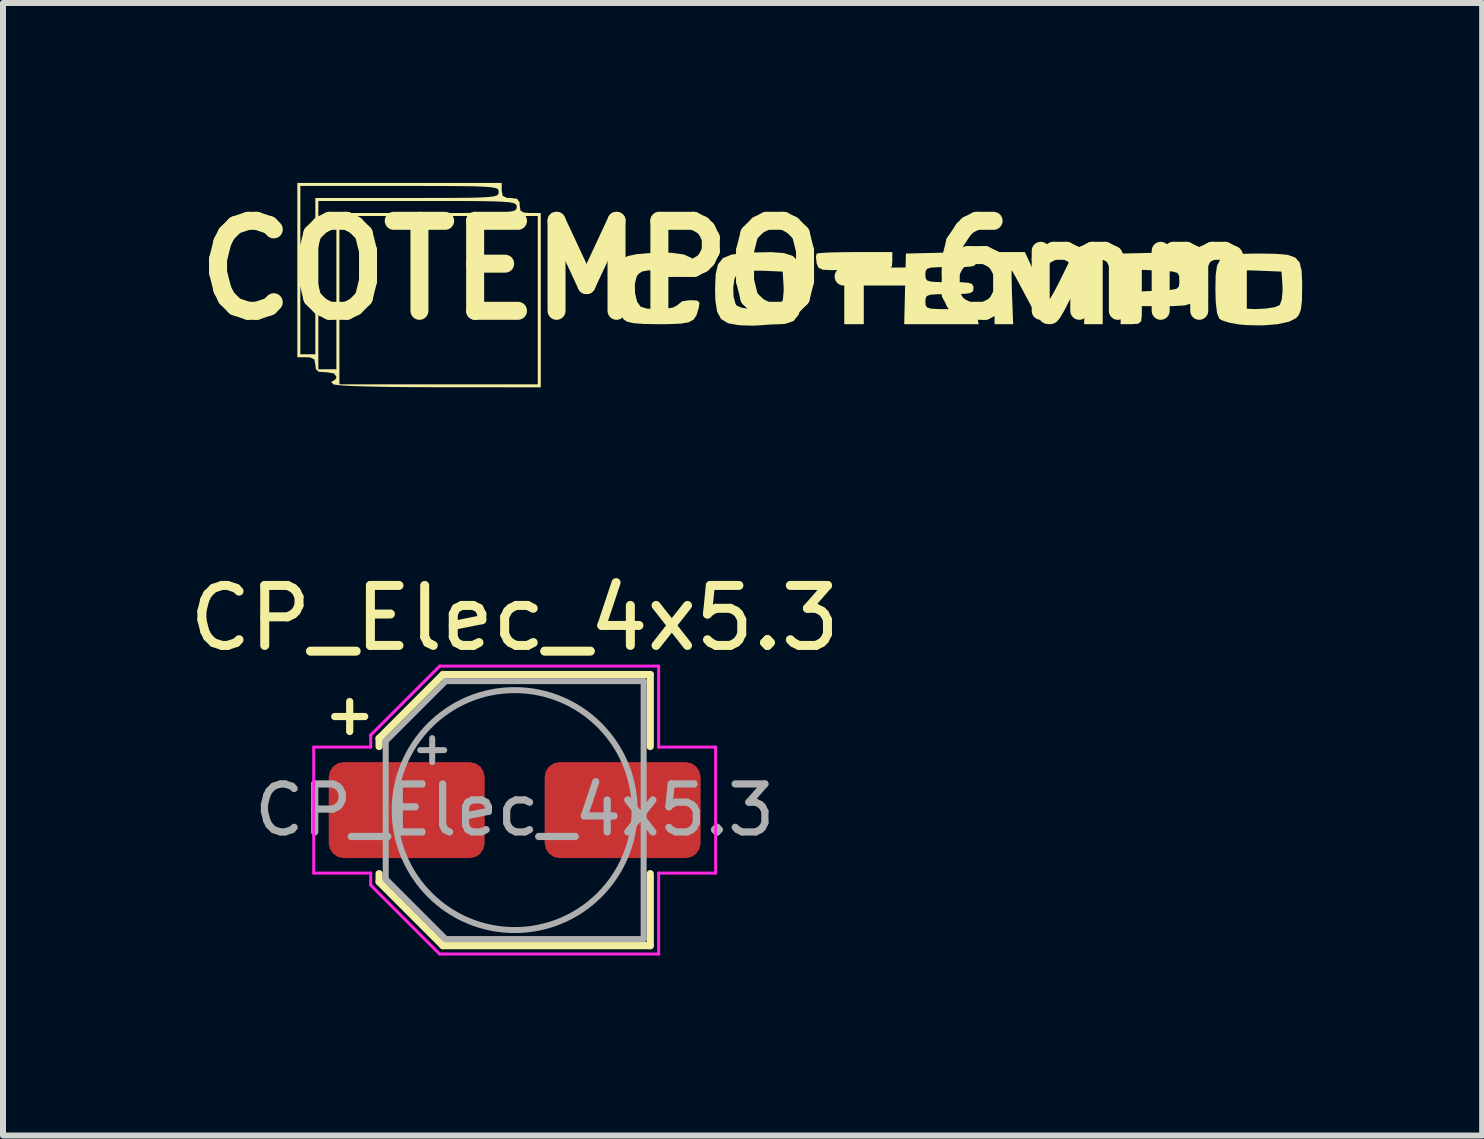
<source format=kicad_pcb>
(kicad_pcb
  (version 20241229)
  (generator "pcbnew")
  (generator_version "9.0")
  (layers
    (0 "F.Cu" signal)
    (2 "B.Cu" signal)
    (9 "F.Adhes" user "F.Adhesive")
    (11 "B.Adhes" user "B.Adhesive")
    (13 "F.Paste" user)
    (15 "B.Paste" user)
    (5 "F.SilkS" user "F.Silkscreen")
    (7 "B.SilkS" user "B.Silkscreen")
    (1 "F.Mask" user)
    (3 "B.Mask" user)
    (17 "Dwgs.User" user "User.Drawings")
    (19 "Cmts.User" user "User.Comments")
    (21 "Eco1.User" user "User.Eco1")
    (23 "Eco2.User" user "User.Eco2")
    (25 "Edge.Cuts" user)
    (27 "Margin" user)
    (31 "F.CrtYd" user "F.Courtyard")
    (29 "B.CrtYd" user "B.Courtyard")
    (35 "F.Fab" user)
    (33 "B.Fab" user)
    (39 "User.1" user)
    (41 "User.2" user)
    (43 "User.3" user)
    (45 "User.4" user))
  (footprint "COTEMPO-6mm"
    (layer "F.Cu")
    (at 9.121 1.453)
    (property "Reference" "COTEMPO-6mm" (at 0 0 0) (layer "F.SilkS") (effects (font (size 1.5 1.5) (thickness 0.3))))
    (attr board_only exclude_from_pos_files exclude_from_bom)
    (fp_poly (pts (xy 2.705 -0.153) (xy 2.698 -0.064) (xy 2.659 -0.018) (xy 2.563 0.003) (xy 2.467 0.01) (xy 2.229 0.025) (xy 2.229 0.463) (xy 2.229 0.902) (xy 2.067 0.902) (xy 1.904 0.902) (xy 1.904 0.451) (xy 1.904 0) (xy 1.684 0) (xy 1.545 -0.007) (xy 1.475 -0.038) (xy 1.444 -0.109) (xy 1.441 -0.124) (xy 1.432 -0.228) (xy 1.443 -0.274) (xy 1.501 -0.284) (xy 1.638 -0.293) (xy 1.835 -0.298) (xy 2.072 -0.301) (xy 2.087 -0.301) (xy 2.705 -0.301)) (stroke (width 0) (type solid)) (fill yes) (layer "F.SilkS"))
    (fp_poly (pts (xy 7.532 -0.276) (xy 7.667 -0.236) (xy 7.747 -0.163) (xy 7.789 -0.048) (xy 7.805 0.113) (xy 7.809 0.327) (xy 7.783 0.468) (xy 7.711 0.55) (xy 7.576 0.589) (xy 7.362 0.601) (xy 7.288 0.601) (xy 6.864 0.601) (xy 6.864 0.751) (xy 6.854 0.852) (xy 6.805 0.894) (xy 6.687 0.902) (xy 6.51 0.902) (xy 6.524 0.313) (xy 6.531 -0.005) (xy 6.864 -0.005) (xy 6.864 0.175) (xy 6.864 0.355) (xy 7.177 0.341) (xy 7.347 0.33) (xy 7.441 0.313) (xy 7.481 0.275) (xy 7.49 0.205) (xy 7.49 0.175) (xy 7.486 0.093) (xy 7.458 0.047) (xy 7.383 0.024) (xy 7.238 0.013) (xy 7.177 0.01) (xy 6.864 -0.005) (xy 6.531 -0.005) (xy 6.538 -0.276) (xy 7.039 -0.288) (xy 7.328 -0.291)) (stroke (width 0) (type solid)) (fill yes) (layer "F.SilkS"))
    (fp_poly (pts (xy 4.108 -0.177) (xy 4.104 -0.116) (xy 4.08 -0.078) (xy 4.015 -0.059) (xy 3.89 -0.051) (xy 3.684 -0.05) (xy 3.682 -0.05) (xy 3.476 -0.049) (xy 3.35 -0.042) (xy 3.285 -0.022) (xy 3.26 0.015) (xy 3.256 0.075) (xy 3.261 0.137) (xy 3.287 0.174) (xy 3.356 0.193) (xy 3.488 0.2) (xy 3.657 0.2) (xy 3.857 0.202) (xy 3.977 0.212) (xy 4.036 0.234) (xy 4.057 0.274) (xy 4.058 0.301) (xy 4.05 0.351) (xy 4.011 0.38) (xy 3.922 0.395) (xy 3.763 0.4) (xy 3.657 0.401) (xy 3.458 0.402) (xy 3.339 0.41) (xy 3.28 0.432) (xy 3.259 0.473) (xy 3.256 0.526) (xy 3.26 0.587) (xy 3.286 0.624) (xy 3.352 0.643) (xy 3.48 0.65) (xy 3.676 0.651) (xy 3.881 0.653) (xy 4.007 0.661) (xy 4.075 0.682) (xy 4.107 0.722) (xy 4.12 0.777) (xy 4.144 0.902) (xy 3.523 0.902) (xy 2.903 0.902) (xy 2.917 0.313) (xy 2.931 -0.276) (xy 3.519 -0.29) (xy 4.108 -0.304)) (stroke (width 0) (type solid)) (fill yes) (layer "F.SilkS"))
    (fp_poly (pts (xy 0.899 -0.284) (xy 1.048 -0.235) (xy 1.139 -0.143) (xy 1.185 0.001) (xy 1.201 0.207) (xy 1.202 0.304) (xy 1.189 0.566) (xy 1.143 0.743) (xy 1.057 0.849) (xy 0.923 0.896) (xy 0.833 0.902) (xy 0.664 0.907) (xy 0.52 0.919) (xy 0.379 0.926) (xy 0.201 0.921) (xy 0.139 0.917) (xy -0.034 0.886) (xy -0.149 0.817) (xy -0.216 0.694) (xy -0.246 0.5) (xy -0.25 0.32) (xy -0.249 0.288) (xy 0.053 0.288) (xy 0.058 0.443) (xy 0.091 0.563) (xy 0.11 0.591) (xy 0.2 0.629) (xy 0.35 0.649) (xy 0.527 0.651) (xy 0.693 0.635) (xy 0.815 0.603) (xy 0.848 0.58) (xy 0.881 0.488) (xy 0.894 0.339) (xy 0.892 0.267) (xy 0.877 0.025) (xy 0.534 0.01) (xy 0.323 0.01) (xy 0.174 0.031) (xy 0.121 0.054) (xy 0.074 0.144) (xy 0.053 0.288) (xy -0.249 0.288) (xy -0.241 0.074) (xy -0.203 -0.094) (xy -0.119 -0.2) (xy 0.026 -0.259) (xy 0.247 -0.287) (xy 0.372 -0.293) (xy 0.679 -0.3)) (stroke (width 0) (type solid)) (fill yes) (layer "F.SilkS"))
    (fp_poly (pts (xy 5.1 0.098) (xy 5.186 0.276) (xy 5.257 0.414) (xy 5.304 0.49) (xy 5.313 0.499) (xy 5.346 0.458) (xy 5.41 0.347) (xy 5.494 0.185) (xy 5.536 0.1) (xy 5.731 -0.301) (xy 5.972 -0.301) (xy 6.212 -0.301) (xy 6.212 0.301) (xy 6.212 0.902) (xy 6.057 0.902) (xy 5.901 0.902) (xy 5.919 0.476) (xy 5.924 0.284) (xy 5.923 0.136) (xy 5.915 0.057) (xy 5.91 0.05) (xy 5.878 0.092) (xy 5.813 0.204) (xy 5.727 0.368) (xy 5.673 0.476) (xy 5.571 0.676) (xy 5.496 0.802) (xy 5.436 0.87) (xy 5.374 0.897) (xy 5.32 0.902) (xy 5.251 0.893) (xy 5.19 0.858) (xy 5.125 0.778) (xy 5.042 0.64) (xy 4.94 0.451) (xy 4.84 0.263) (xy 4.759 0.113) (xy 4.707 0.021) (xy 4.693 -0.000026) (xy 4.691 0.046) (xy 4.693 0.17) (xy 4.698 0.35) (xy 4.702 0.451) (xy 4.719 0.902) (xy 4.564 0.902) (xy 4.409 0.902) (xy 4.409 0.301) (xy 4.409 -0.301) (xy 4.661 -0.301) (xy 4.914 -0.301)) (stroke (width 0) (type solid)) (fill yes) (layer "F.SilkS"))
    (fp_poly (pts (xy 9.099 -0.272) (xy 9.295 -0.255) (xy 9.422 -0.21) (xy 9.495 -0.127) (xy 9.528 0.008) (xy 9.537 0.206) (xy 9.537 0.301) (xy 9.533 0.515) (xy 9.517 0.654) (xy 9.485 0.742) (xy 9.44 0.797) (xy 9.32 0.86) (xy 9.125 0.902) (xy 8.879 0.922) (xy 8.607 0.917) (xy 8.48 0.905) (xy 8.319 0.876) (xy 8.194 0.835) (xy 8.155 0.81) (xy 8.118 0.717) (xy 8.096 0.53) (xy 8.091 0.325) (xy 8.092 0.277) (xy 8.385 0.277) (xy 8.391 0.431) (xy 8.427 0.558) (xy 8.481 0.619) (xy 8.599 0.643) (xy 8.762 0.65) (xy 8.934 0.641) (xy 9.079 0.618) (xy 9.162 0.583) (xy 9.165 0.58) (xy 9.198 0.488) (xy 9.211 0.339) (xy 9.209 0.267) (xy 9.193 0.025) (xy 8.829 0.01) (xy 8.641 0.004) (xy 8.529 0.011) (xy 8.467 0.037) (xy 8.431 0.089) (xy 8.413 0.135) (xy 8.385 0.277) (xy 8.092 0.277) (xy 8.095 0.091) (xy 8.117 -0.073) (xy 8.172 -0.178) (xy 8.276 -0.239) (xy 8.443 -0.267) (xy 8.688 -0.275) (xy 8.817 -0.276)) (stroke (width 0) (type solid)) (fill yes) (layer "F.SilkS"))
    (fp_poly (pts (xy -0.775 -0.262) (xy -0.646 -0.204) (xy -0.577 -0.109) (xy -0.56 -0.036) (xy -0.561 0.059) (xy -0.612 0.095) (xy -0.698 0.1) (xy -0.805 0.086) (xy -0.852 0.052) (xy -0.852 0.05) (xy -0.898 0.024) (xy -1.019 0.006) (xy -1.176 0) (xy -1.357 0.004) (xy -1.465 0.023) (xy -1.527 0.063) (xy -1.557 0.107) (xy -1.588 0.232) (xy -1.584 0.386) (xy -1.55 0.526) (xy -1.492 0.609) (xy -1.39 0.641) (xy -1.242 0.653) (xy -1.083 0.647) (xy -0.949 0.623) (xy -0.874 0.584) (xy -0.87 0.576) (xy -0.797 0.519) (xy -0.666 0.501) (xy -0.55 0.507) (xy -0.51 0.542) (xy -0.522 0.628) (xy -0.525 0.638) (xy -0.559 0.751) (xy -0.609 0.826) (xy -0.693 0.871) (xy -0.829 0.893) (xy -1.037 0.901) (xy -1.18 0.902) (xy -1.434 0.898) (xy -1.607 0.885) (xy -1.714 0.861) (xy -1.773 0.825) (xy -1.843 0.699) (xy -1.886 0.511) (xy -1.9 0.293) (xy -1.886 0.08) (xy -1.842 -0.097) (xy -1.787 -0.189) (xy -1.707 -0.234) (xy -1.564 -0.265) (xy -1.342 -0.284) (xy -1.266 -0.287) (xy -0.978 -0.289)) (stroke (width 0) (type solid)) (fill yes) (layer "F.SilkS"))
    (fp_poly (pts (xy -3.807 -1.328) (xy -3.791 -1.238) (xy -3.723 -1.205) (xy -3.657 -1.202) (xy -3.55 -1.189) (xy -3.51 -1.132) (xy -3.507 -1.077) (xy -3.494 -0.992) (xy -3.435 -0.958) (xy -3.332 -0.952) (xy -3.156 -0.952) (xy -3.156 0.501) (xy -3.156 1.954) (xy -4.847 1.953) (xy -5.299 1.951) (xy -5.7 1.947) (xy -6.039 1.94) (xy -6.308 1.932) (xy -6.498 1.921) (xy -6.6 1.908) (xy -6.613 1.904) (xy -6.654 1.863) (xy -6.626 1.854) (xy -6.57 1.813) (xy -6.563 1.779) (xy -6.601 1.723) (xy -6.722 1.703) (xy -6.738 1.703) (xy -6.857 1.694) (xy -6.905 1.652) (xy -6.914 1.578) (xy -6.93 1.489) (xy -6.999 1.456) (xy -7.064 1.453) (xy -7.214 1.453) (xy -7.214 0) (xy -7.214 -1.403) (xy -7.164 -1.403) (xy -7.164 0) (xy -7.164 1.403) (xy -7.039 1.403) (xy -6.914 1.403) (xy -6.914 0.1) (xy -6.914 -1.152) (xy -6.864 -1.152) (xy -6.864 0.25) (xy -6.864 1.653) (xy -6.713 1.653) (xy -6.563 1.653) (xy -6.563 0.351) (xy -6.563 -0.902) (xy -6.513 -0.902) (xy -6.513 0.501) (xy -6.513 1.904) (xy -4.86 1.904) (xy -3.206 1.904) (xy -3.206 0.501) (xy -3.206 -0.902) (xy -4.86 -0.902) (xy -6.513 -0.902) (xy -6.563 -0.902) (xy -6.563 -0.952) (xy -5.06 -0.952) (xy -4.633 -0.952) (xy -4.295 -0.953) (xy -4.037 -0.956) (xy -3.847 -0.961) (xy -3.716 -0.968) (xy -3.631 -0.98) (xy -3.584 -0.996) (xy -3.563 -1.017) (xy -3.557 -1.044) (xy -3.557 -1.052) (xy -3.56 -1.079) (xy -3.575 -1.101) (xy -3.612 -1.118) (xy -3.681 -1.131) (xy -3.793 -1.14) (xy -3.957 -1.146) (xy -4.184 -1.15) (xy -4.483 -1.152) (xy -4.865 -1.152) (xy -5.21 -1.152) (xy -6.864 -1.152) (xy -6.914 -1.152) (xy -6.914 -1.202) (xy -5.386 -1.202) (xy -4.955 -1.203) (xy -4.613 -1.204) (xy -4.351 -1.206) (xy -4.158 -1.211) (xy -4.023 -1.219) (xy -3.936 -1.23) (xy -3.887 -1.245) (xy -3.864 -1.266) (xy -3.858 -1.292) (xy -3.858 -1.303) (xy -3.86 -1.33) (xy -3.875 -1.352) (xy -3.912 -1.369) (xy -3.982 -1.381) (xy -4.094 -1.39) (xy -4.258 -1.397) (xy -4.485 -1.4) (xy -4.784 -1.402) (xy -5.166 -1.403) (xy -5.511 -1.403) (xy -7.164 -1.403) (xy -7.214 -1.403) (xy -7.214 -1.453) (xy -5.511 -1.453) (xy -3.807 -1.453)) (stroke (width 0) (type solid)) (fill yes) (layer "F.SilkS")))
  (footprint "CP_Elec_4x5.3"
    (layer "F.Cu")
    (at 5.53 10.455)
    (property "Reference" "CP_Elec_4x5.3" (at 0 -3.2 0) (layer "F.SilkS") (effects (font (size 1 1) (thickness 0.15))))
    (attr smd)
    (fp_line (start -3 -1.56) (end -2.5 -1.56) (stroke (width 0.12) (type solid)) (layer "F.SilkS"))
    (fp_line (start -2.75 -1.81) (end -2.75 -1.31) (stroke (width 0.12) (type solid)) (layer "F.SilkS"))
    (fp_line (start -2.26 -1.196) (end -2.26 -1.06) (stroke (width 0.12) (type solid)) (layer "F.SilkS"))
    (fp_line (start -2.26 -1.196) (end -1.196 -2.26) (stroke (width 0.12) (type solid)) (layer "F.SilkS"))
    (fp_line (start -2.26 1.196) (end -2.26 1.06) (stroke (width 0.12) (type solid)) (layer "F.SilkS"))
    (fp_line (start -2.26 1.196) (end -1.196 2.26) (stroke (width 0.12) (type solid)) (layer "F.SilkS"))
    (fp_line (start -1.196 -2.26) (end 2.26 -2.26) (stroke (width 0.12) (type solid)) (layer "F.SilkS"))
    (fp_line (start -1.196 2.26) (end 2.26 2.26) (stroke (width 0.12) (type solid)) (layer "F.SilkS"))
    (fp_line (start 2.26 -2.26) (end 2.26 -1.06) (stroke (width 0.12) (type solid)) (layer "F.SilkS"))
    (fp_line (start 2.26 2.26) (end 2.26 1.06) (stroke (width 0.12) (type solid)) (layer "F.SilkS"))
    (fp_line (start -3.35 -1.05) (end -3.35 1.05) (stroke (width 0.05) (type solid)) (layer "F.CrtYd"))
    (fp_line (start -3.35 1.05) (end -2.4 1.05) (stroke (width 0.05) (type solid)) (layer "F.CrtYd"))
    (fp_line (start -2.4 -1.25) (end -2.4 -1.05) (stroke (width 0.05) (type solid)) (layer "F.CrtYd"))
    (fp_line (start -2.4 -1.25) (end -1.25 -2.4) (stroke (width 0.05) (type solid)) (layer "F.CrtYd"))
    (fp_line (start -2.4 -1.05) (end -3.35 -1.05) (stroke (width 0.05) (type solid)) (layer "F.CrtYd"))
    (fp_line (start -2.4 1.05) (end -2.4 1.25) (stroke (width 0.05) (type solid)) (layer "F.CrtYd"))
    (fp_line (start -2.4 1.25) (end -1.25 2.4) (stroke (width 0.05) (type solid)) (layer "F.CrtYd"))
    (fp_line (start -1.25 -2.4) (end 2.4 -2.4) (stroke (width 0.05) (type solid)) (layer "F.CrtYd"))
    (fp_line (start -1.25 2.4) (end 2.4 2.4) (stroke (width 0.05) (type solid)) (layer "F.CrtYd"))
    (fp_line (start 2.4 -2.4) (end 2.4 -1.05) (stroke (width 0.05) (type solid)) (layer "F.CrtYd"))
    (fp_line (start 2.4 -1.05) (end 3.35 -1.05) (stroke (width 0.05) (type solid)) (layer "F.CrtYd"))
    (fp_line (start 2.4 1.05) (end 2.4 2.4) (stroke (width 0.05) (type solid)) (layer "F.CrtYd"))
    (fp_line (start 3.35 -1.05) (end 3.35 1.05) (stroke (width 0.05) (type solid)) (layer "F.CrtYd"))
    (fp_line (start 3.35 1.05) (end 2.4 1.05) (stroke (width 0.05) (type solid)) (layer "F.CrtYd"))
    (fp_line (start -2.15 -1.15) (end -2.15 1.15) (stroke (width 0.1) (type solid)) (layer "F.Fab"))
    (fp_line (start -2.15 -1.15) (end -1.15 -2.15) (stroke (width 0.1) (type solid)) (layer "F.Fab"))
    (fp_line (start -2.15 1.15) (end -1.15 2.15) (stroke (width 0.1) (type solid)) (layer "F.Fab"))
    (fp_line (start -1.575 -1) (end -1.175 -1) (stroke (width 0.1) (type solid)) (layer "F.Fab"))
    (fp_line (start -1.375 -1.2) (end -1.375 -0.8) (stroke (width 0.1) (type solid)) (layer "F.Fab"))
    (fp_line (start -1.15 -2.15) (end 2.15 -2.15) (stroke (width 0.1) (type solid)) (layer "F.Fab"))
    (fp_line (start -1.15 2.15) (end 2.15 2.15) (stroke (width 0.1) (type solid)) (layer "F.Fab"))
    (fp_line (start 2.15 -2.15) (end 2.15 2.15) (stroke (width 0.1) (type solid)) (layer "F.Fab"))
    (fp_circle (center 0 0) (end 2 0) (stroke (width 0.1) (type solid)) (fill no) (layer "F.Fab"))
    (fp_text user "${REFERENCE}" (at 0 0 0) (layer "F.Fab") (effects (font (size 0.8 0.8) (thickness 0.12))))
    (pad "1" smd roundrect (at -1.8 0) (size 2.6 1.6) (layers "F.Cu" "F.Mask" "F.Paste") (roundrect_rratio 0.156))
    (pad "2" smd roundrect (at 1.8 0) (size 2.6 1.6) (layers "F.Cu" "F.Mask" "F.Paste") (roundrect_rratio 0.156)))
  (gr_rect
    (start -3 -3)
    (end 21.659 15.88)
    (stroke (width 0.1) (type default))
    (fill no)
    (layer "Edge.Cuts")))
</source>
